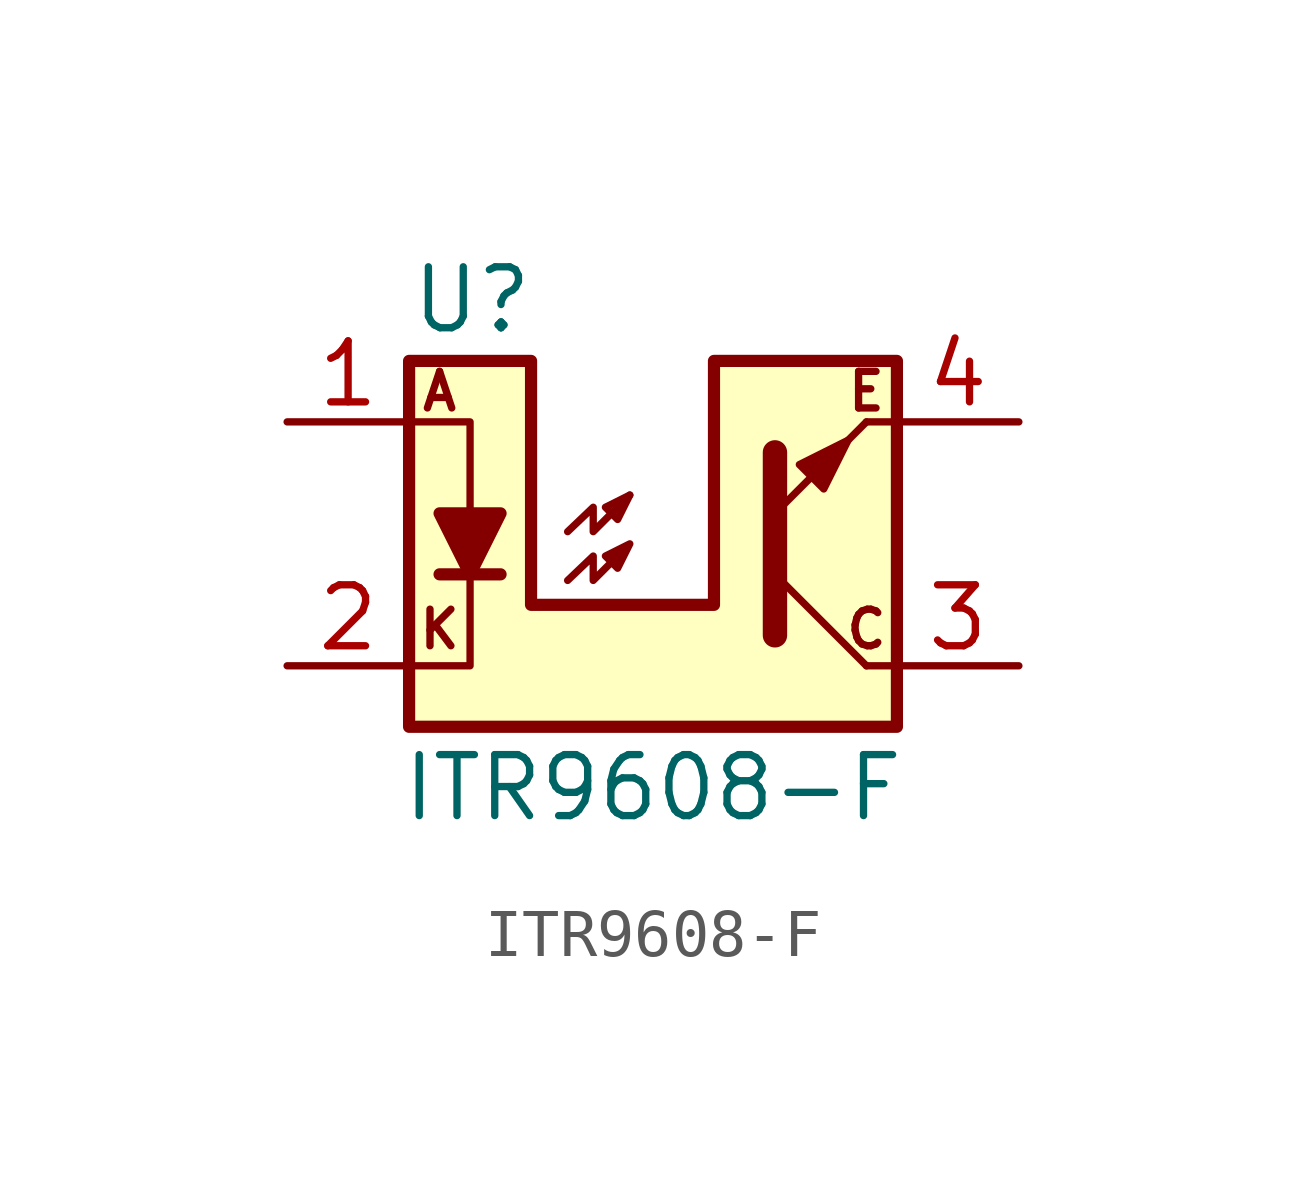
<source format=kicad_sym>
(kicad_symbol_lib
  (version 20241209)
  (generator "kicad_symbol_editor")
  (generator_version "9.0")
  (symbol "ITR9608-F"
    (property "Reference" "U"
      (at -5.08 5.08 0)
      (effects (font (size 1.27 1.27)) (justify left)))
    (property "Value" "ITR9608-F"
      (at 0 -5.08 0)
      (effects (font (size 1.27 1.27))))
    (symbol "ITR9608-F_0_0"
      (text "A" (at -4.445 3.175 0) (effects (font (size 0.762 0.762))))
      (text "K" (at -4.445 -1.778 0) (effects (font (size 0.762 0.762))))
      (text "E" (at 4.445 3.175 0) (effects (font (size 0.762 0.762))))
      (text "C" (at 4.445 -1.778 0) (effects (font (size 0.762 0.762)))))
    (symbol "ITR9608-F_0_1"
      (polyline (pts (xy -5.08 3.81) (xy -5.08 -3.81) (xy 5.08 -3.81) (xy 5.08 3.81) (xy 1.27 3.81) (xy 1.27 -1.27) (xy -2.54 -1.27) (xy -2.54 3.81) (xy -5.08 3.81)) (stroke (width 0.254) (type default)) (fill (type background)))
      (polyline (pts (xy -5.08 2.54) (xy -3.81 2.54) (xy -3.81 0.635)) (stroke (width 0) (type default)) (fill (type none)))
      (polyline (pts (xy -5.08 -2.54) (xy -3.81 -2.54) (xy -3.81 -0.635)) (stroke (width 0) (type default)) (fill (type none)))
      (polyline (pts (xy -4.445 -0.635) (xy -3.175 -0.635)) (stroke (width 0.254) (type default)) (fill (type none)))
      (polyline (pts (xy -3.81 -0.635) (xy -4.445 0.635) (xy -3.175 0.635) (xy -3.81 -0.635)) (stroke (width 0.254) (type default)) (fill (type outline)))
      (polyline (pts (xy -1.778 0.254) (xy -1.245 0.762) (xy -1.245 0.254) (xy -0.483 1.016)) (stroke (width 0) (type default)) (fill (type none)))
      (polyline (pts (xy -1.778 -0.762) (xy -1.245 -0.254) (xy -1.245 -0.762) (xy -0.483 0) (xy -0.991 -0.254) (xy -0.737 -0.508) (xy -0.483 0)) (stroke (width 0) (type default)) (fill (type none)))
      (polyline (pts (xy -0.483 1.016) (xy -0.991 0.762) (xy -0.737 0.508) (xy -0.483 1.016)) (stroke (width 0) (type default)) (fill (type none)))
      (polyline (pts (xy 2.54 -0.635) (xy 4.445 -2.54)) (stroke (width 0) (type default)) (fill (type none)))
      (polyline (pts (xy 2.54 -1.905) (xy 2.54 1.905)) (stroke (width 0.508) (type default)) (fill (type none)))
      (polyline (pts (xy 3.048 1.651) (xy 3.556 1.143) (xy 4.064 2.159) (xy 3.048 1.651)) (stroke (width 0) (type default)) (fill (type outline)))
      (polyline (pts (xy 4.445 2.54) (xy 2.54 0.635)) (stroke (width 0) (type default)) (fill (type outline)))
      (polyline (pts (xy 4.445 2.54) (xy 5.08 2.54)) (stroke (width 0) (type default)) (fill (type none)))
      (polyline (pts (xy 4.445 -2.54) (xy 5.08 -2.54)) (stroke (width 0) (type default)) (fill (type none))))
    (symbol "ITR9608-F_1_1"
      (pin passive line (at -7.62 2.54 0) (length 2.54) (name "~" (effects (font (size 1.27 1.27)))) (number "1" (effects (font (size 1.27 1.27)))))
      (pin passive line (at -7.62 -2.54 0) (length 2.54) (name "~" (effects (font (size 1.27 1.27)))) (number "2" (effects (font (size 1.27 1.27)))))
      (pin open_emitter line (at 7.62 2.54 180) (length 2.54) (name "~" (effects (font (size 1.27 1.27)))) (number "4" (effects (font (size 1.27 1.27)))))
      (pin open_collector line (at 7.62 -2.54 180) (length 2.54) (name "~" (effects (font (size 1.27 1.27)))) (number "3" (effects (font (size 1.27 1.27))))))))
</source>
